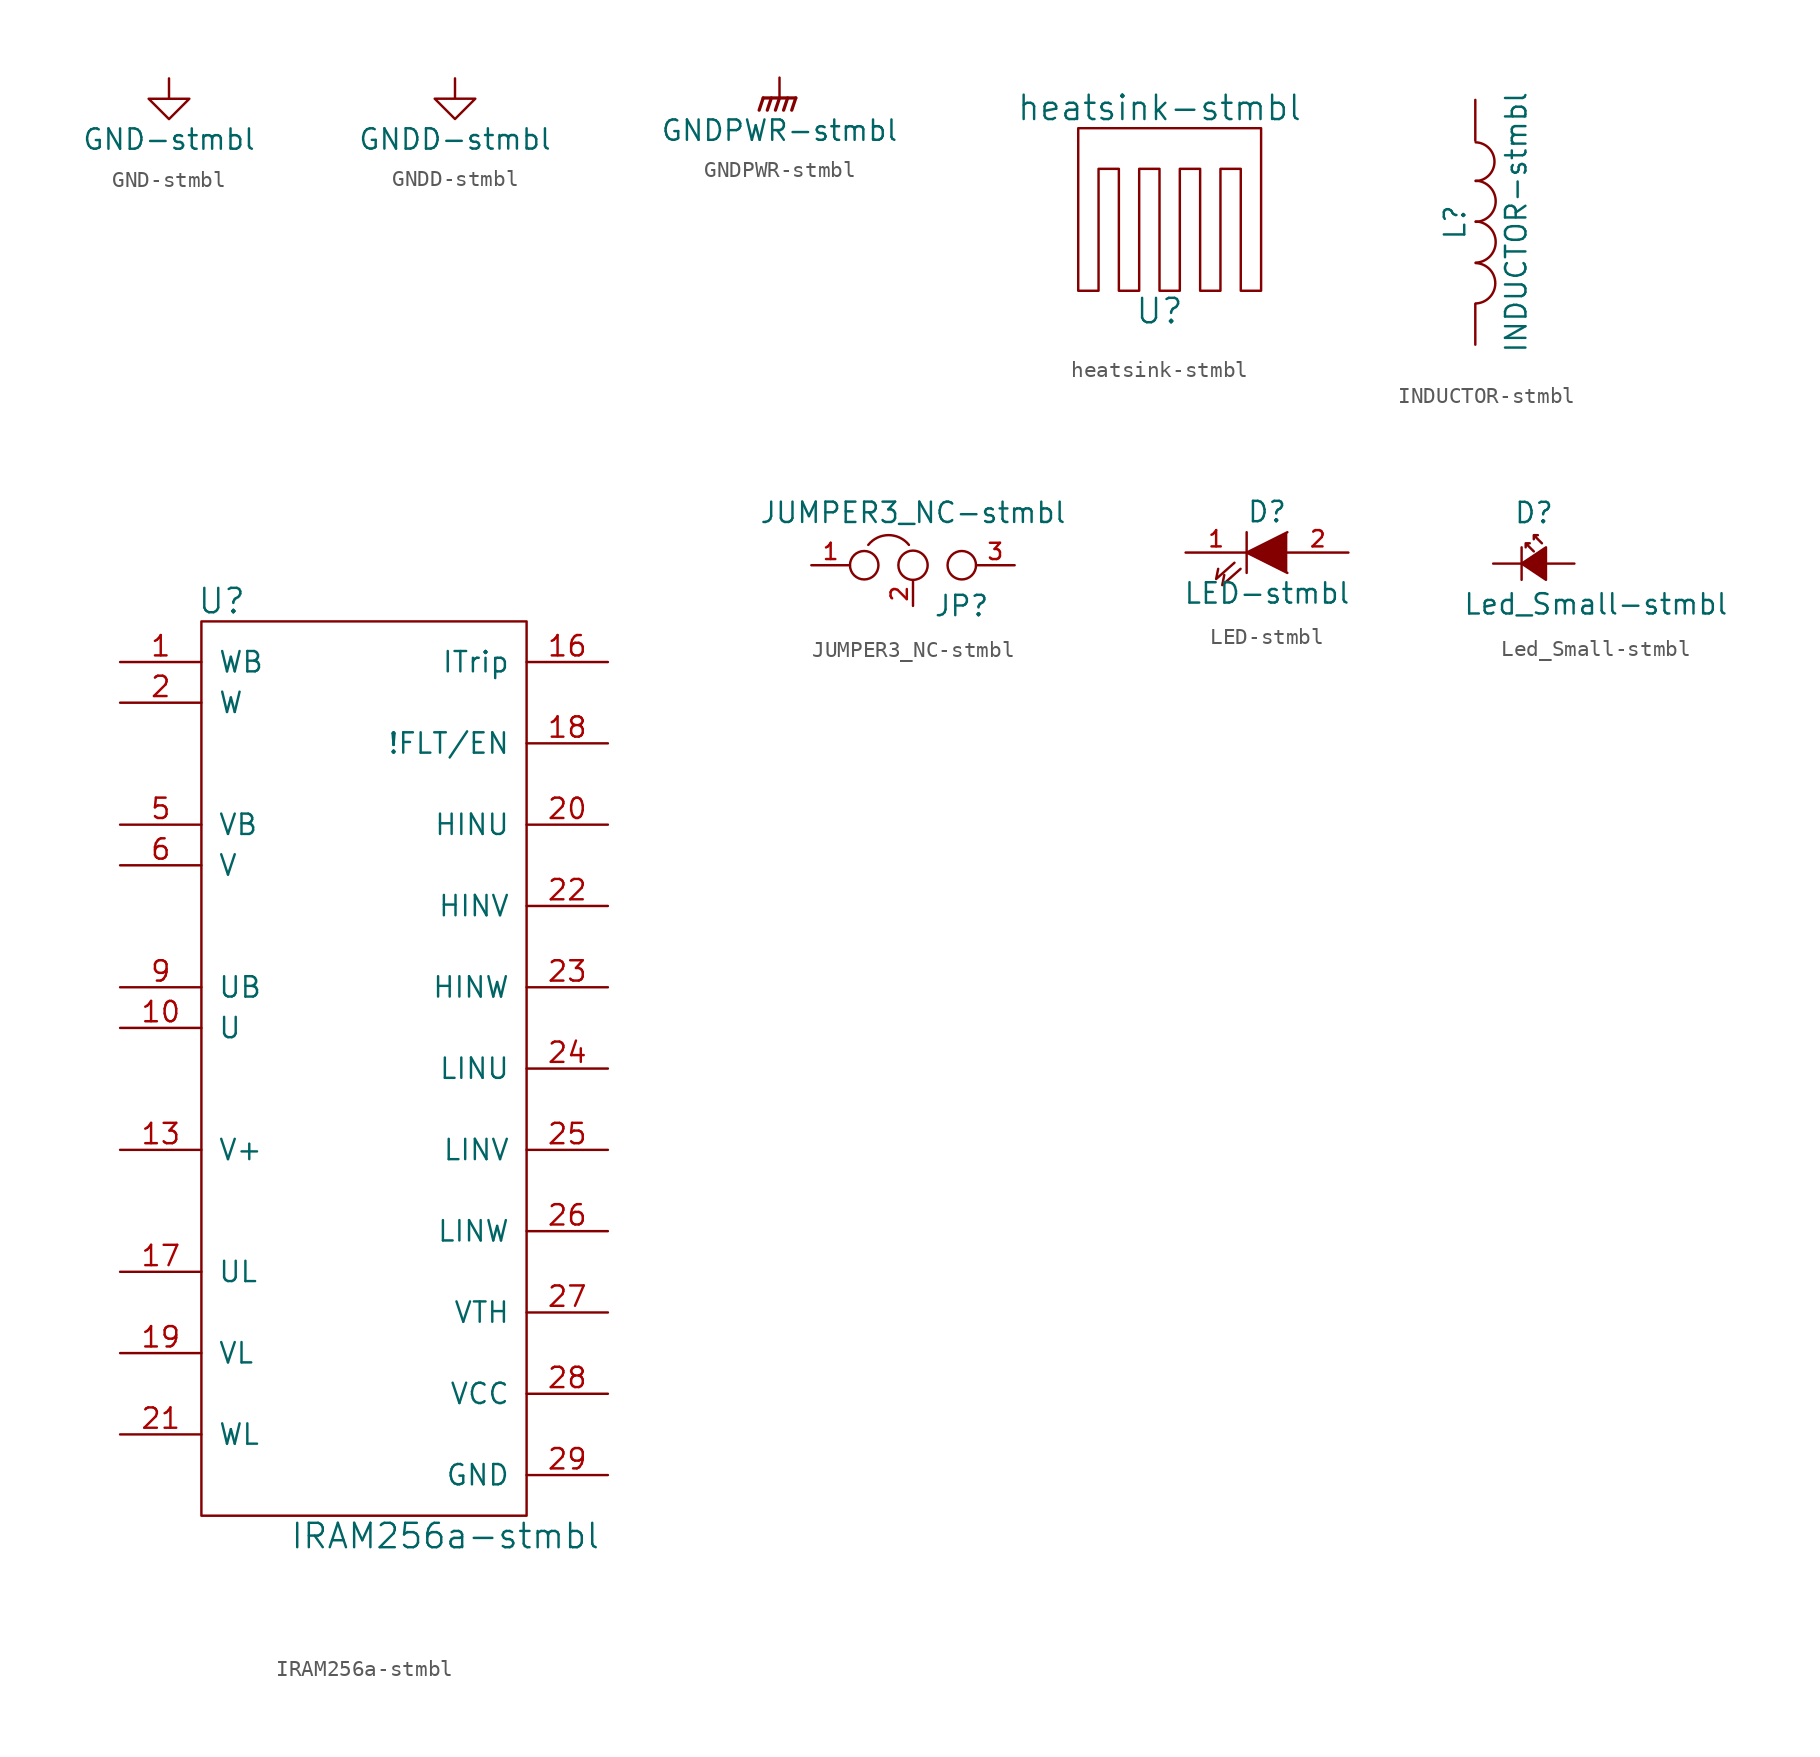
<source format=kicad_sym>
(kicad_symbol_lib
  (version 20211014)
  (generator kicad_symbol_editor)
  (symbol "GND-stmbl"
    (power)
    (pin_names
      (offset 0))
    (property "Reference" "#PWR"
      (at 0 -6.35 0)
      (effects (font (size 1.27 1.27)) hide))
    (property "Value" "GND-stmbl"
      (at 0 -3.81 0)
      (effects (font (size 1.27 1.27))))
    (property "Footprint" ""
      (at 0 0 0)
      (effects (font (size 1.27 1.27))))
    (property "Datasheet" ""
      (at 0 0 0)
      (effects (font (size 1.27 1.27))))
    (symbol "GND-stmbl_0_1"
      (polyline (pts (xy 0 0) (xy 0 -1.27) (xy 1.27 -1.27) (xy 0 -2.54) (xy -1.27 -1.27) (xy 0 -1.27)) (stroke (width 0) (type default) (color 0 0 0 0)) (fill (type none))))
    (symbol "GND-stmbl_1_1"
      (pin power_in line (at 0 0 270) (length 0) hide (name "GND" (effects (font (size 1.27 1.27)))) (number "1" (effects (font (size 1.27 1.27)))))))
  (symbol "GNDD-stmbl"
    (power)
    (pin_names
      (offset 0))
    (property "Reference" "#PWR"
      (at 0 -6.35 0)
      (effects (font (size 1.27 1.27)) hide))
    (property "Value" "GNDD-stmbl"
      (at 0 -3.81 0)
      (effects (font (size 1.27 1.27))))
    (property "Footprint" ""
      (at 0 0 0)
      (effects (font (size 1.27 1.27))))
    (property "Datasheet" ""
      (at 0 0 0)
      (effects (font (size 1.27 1.27))))
    (symbol "GNDD-stmbl_0_1"
      (polyline (pts (xy 0 0) (xy 0 -1.27) (xy 1.27 -1.27) (xy 0 -2.54) (xy -1.27 -1.27) (xy 0 -1.27)) (stroke (width 0) (type default) (color 0 0 0 0)) (fill (type none))))
    (symbol "GNDD-stmbl_1_1"
      (pin power_in line (at 0 0 270) (length 0) hide (name "GNDD" (effects (font (size 1.27 1.27)))) (number "1" (effects (font (size 1.27 1.27)))))))
  (symbol "GNDPWR-stmbl"
    (power)
    (pin_names
      (offset 0))
    (property "Reference" "#PWR"
      (at 0 -5.08 0)
      (effects (font (size 1.27 1.27)) hide))
    (property "Value" "GNDPWR-stmbl"
      (at 0 -3.302 0)
      (effects (font (size 1.27 1.27))))
    (property "Footprint" ""
      (at 0 -1.27 0)
      (effects (font (size 1.27 1.27))))
    (property "Datasheet" ""
      (at 0 -1.27 0)
      (effects (font (size 1.27 1.27))))
    (symbol "GNDPWR-stmbl_0_1"
      (polyline (pts (xy 0 -1.27) (xy 0 0)) (stroke (width 0) (type default) (color 0 0 0 0)) (fill (type none)))
      (polyline (pts (xy -1.016 -1.27) (xy -1.27 -2.032) (xy -1.27 -2.032)) (stroke (width 0.203) (type default) (color 0 0 0 0)) (fill (type none)))
      (polyline (pts (xy -0.508 -1.27) (xy -0.762 -2.032) (xy -0.762 -2.032)) (stroke (width 0.203) (type default) (color 0 0 0 0)) (fill (type none)))
      (polyline (pts (xy 0 -1.27) (xy -0.254 -2.032) (xy -0.254 -2.032)) (stroke (width 0.203) (type default) (color 0 0 0 0)) (fill (type none)))
      (polyline (pts (xy 0.508 -1.27) (xy 0.254 -2.032) (xy 0.254 -2.032)) (stroke (width 0.203) (type default) (color 0 0 0 0)) (fill (type none)))
      (polyline (pts (xy 1.016 -1.27) (xy -1.016 -1.27) (xy -1.016 -1.27)) (stroke (width 0.203) (type default) (color 0 0 0 0)) (fill (type none)))
      (polyline (pts (xy 1.016 -1.27) (xy 0.762 -2.032) (xy 0.762 -2.032) (xy 0.762 -2.032)) (stroke (width 0.203) (type default) (color 0 0 0 0)) (fill (type none))))
    (symbol "GNDPWR-stmbl_1_1"
      (pin power_in line (at 0 0 90) (length 0) hide (name "GNDPWR" (effects (font (size 1.27 1.27)))) (number "1" (effects (font (size 1.27 1.27)))))))
  (symbol "heatsink-stmbl"
    (pin_names
      (offset 1.016))
    (property "Reference" "U"
      (at 0 -7.62 0)
      (effects (font (size 1.524 1.524))))
    (property "Value" "heatsink-stmbl"
      (at 0 5.08 0)
      (effects (font (size 1.524 1.524))))
    (symbol "heatsink-stmbl_0_1"
      (polyline (pts (xy -5.08 3.81) (xy 6.35 3.81) (xy 6.35 -6.35) (xy 5.08 -6.35) (xy 5.08 1.27) (xy 3.81 1.27) (xy 3.81 -6.35) (xy 2.54 -6.35) (xy 2.54 1.27) (xy 1.27 1.27) (xy 1.27 -6.35) (xy 0 -6.35) (xy 0 1.27) (xy -1.27 1.27) (xy -1.27 -6.35) (xy -2.54 -6.35) (xy -2.54 1.27) (xy -3.81 1.27) (xy -3.81 -6.35) (xy -5.08 -6.35) (xy -5.08 3.81)) (stroke (width 0) (type default) (color 0 0 0 0)) (fill (type none)))))
  (symbol "INDUCTOR-stmbl"
    (pin_numbers hide)
    (pin_names
      (offset 1.016) hide)
    (property "Reference" "L"
      (at -1.27 0 90)
      (effects (font (size 1.27 1.27))))
    (property "Value" "INDUCTOR-stmbl"
      (at 2.54 0 90)
      (effects (font (size 1.27 1.27))))
    (property "Footprint" ""
      (at 0 0 0)
      (effects (font (size 1.27 1.27))))
    (property "Datasheet" ""
      (at 0 0 0)
      (effects (font (size 1.27 1.27))))
    (symbol "INDUCTOR-stmbl_0_1"
      (arc (start 0.0254 -5.0546) (mid 1.2449 -3.8097) (end 0.0254 -2.54) (stroke (width 0) (type default) (color 0 0 0 0)) (fill (type none)))
      (arc (start 0.0254 -2.5146) (mid 1.2703 -1.2444) (end 0.0254 0.0508) (stroke (width 0) (type default) (color 0 0 0 0)) (fill (type none)))
      (arc (start 0.0254 0.0254) (mid 1.2703 1.2956) (end 0.0254 2.5908) (stroke (width 0) (type default) (color 0 0 0 0)) (fill (type none)))
      (arc (start 0.0254 2.5654) (mid 1.1941 3.7595) (end 0.0254 4.9784) (stroke (width 0) (type default) (color 0 0 0 0)) (fill (type none))))
    (symbol "INDUCTOR-stmbl_1_1"
      (pin passive line (at 0 7.62 270) (length 2.54) (name "1" (effects (font (size 1.27 1.27)))) (number "1" (effects (font (size 1.27 1.27)))))
      (pin passive line (at 0 -7.62 90) (length 2.54) (name "2" (effects (font (size 1.27 1.27)))) (number "2" (effects (font (size 1.27 1.27)))))))
  (symbol "IRAM256a-stmbl"
    (pin_names
      (offset 1.016))
    (property "Reference" "U"
      (at -8.89 29.21 0)
      (effects (font (size 1.524 1.524))))
    (property "Value" "IRAM256a-stmbl"
      (at 5.08 -29.21 0)
      (effects (font (size 1.524 1.524))))
    (property "Footprint" ""
      (at 0 0 0)
      (effects (font (size 1.524 1.524))))
    (property "Datasheet" ""
      (at 0 0 0)
      (effects (font (size 1.524 1.524))))
    (symbol "IRAM256a-stmbl_0_1"
      (rectangle (start -10.16 27.94) (end 10.16 -27.94) (stroke (width 0) (type default) (color 0 0 0 0)) (fill (type none))))
    (symbol "IRAM256a-stmbl_1_1"
      (pin bidirectional line (at -15.24 25.4 0) (length 5.08) (name "WB" (effects (font (size 1.27 1.27)))) (number "1" (effects (font (size 1.27 1.27)))))
      (pin bidirectional line (at -15.24 2.54 0) (length 5.08) (name "U" (effects (font (size 1.27 1.27)))) (number "10" (effects (font (size 1.27 1.27)))))
      (pin bidirectional line (at -15.24 -5.08 0) (length 5.08) (name "V+" (effects (font (size 1.27 1.27)))) (number "13" (effects (font (size 1.27 1.27)))))
      (pin input line (at 15.24 25.4 180) (length 5.08) (name "ITrip" (effects (font (size 1.27 1.27)))) (number "16" (effects (font (size 1.27 1.27)))))
      (pin bidirectional line (at -15.24 -12.7 0) (length 5.08) (name "UL" (effects (font (size 1.27 1.27)))) (number "17" (effects (font (size 1.27 1.27)))))
      (pin input line (at 15.24 20.32 180) (length 5.08) (name "!FLT/EN" (effects (font (size 1.27 1.27)))) (number "18" (effects (font (size 1.27 1.27)))))
      (pin bidirectional line (at -15.24 -17.78 0) (length 5.08) (name "VL" (effects (font (size 1.27 1.27)))) (number "19" (effects (font (size 1.27 1.27)))))
      (pin bidirectional line (at -15.24 22.86 0) (length 5.08) (name "W" (effects (font (size 1.27 1.27)))) (number "2" (effects (font (size 1.27 1.27)))))
      (pin input line (at 15.24 15.24 180) (length 5.08) (name "HINU" (effects (font (size 1.27 1.27)))) (number "20" (effects (font (size 1.27 1.27)))))
      (pin bidirectional line (at -15.24 -22.86 0) (length 5.08) (name "WL" (effects (font (size 1.27 1.27)))) (number "21" (effects (font (size 1.27 1.27)))))
      (pin input line (at 15.24 10.16 180) (length 5.08) (name "HINV" (effects (font (size 1.27 1.27)))) (number "22" (effects (font (size 1.27 1.27)))))
      (pin input line (at 15.24 5.08 180) (length 5.08) (name "HINW" (effects (font (size 1.27 1.27)))) (number "23" (effects (font (size 1.27 1.27)))))
      (pin input line (at 15.24 0 180) (length 5.08) (name "LINU" (effects (font (size 1.27 1.27)))) (number "24" (effects (font (size 1.27 1.27)))))
      (pin input line (at 15.24 -5.08 180) (length 5.08) (name "LINV" (effects (font (size 1.27 1.27)))) (number "25" (effects (font (size 1.27 1.27)))))
      (pin input line (at 15.24 -10.16 180) (length 5.08) (name "LINW" (effects (font (size 1.27 1.27)))) (number "26" (effects (font (size 1.27 1.27)))))
      (pin output line (at 15.24 -15.24 180) (length 5.08) (name "VTH" (effects (font (size 1.27 1.27)))) (number "27" (effects (font (size 1.27 1.27)))))
      (pin power_in line (at 15.24 -20.32 180) (length 5.08) (name "VCC" (effects (font (size 1.27 1.27)))) (number "28" (effects (font (size 1.27 1.27)))))
      (pin power_in line (at 15.24 -25.4 180) (length 5.08) (name "GND" (effects (font (size 1.27 1.27)))) (number "29" (effects (font (size 1.27 1.27)))))
      (pin bidirectional line (at -15.24 15.24 0) (length 5.08) (name "VB" (effects (font (size 1.27 1.27)))) (number "5" (effects (font (size 1.27 1.27)))))
      (pin bidirectional line (at -15.24 12.7 0) (length 5.08) (name "V" (effects (font (size 1.27 1.27)))) (number "6" (effects (font (size 1.27 1.27)))))
      (pin bidirectional line (at -15.24 5.08 0) (length 5.08) (name "UB" (effects (font (size 1.27 1.27)))) (number "9" (effects (font (size 1.27 1.27)))))))
  (symbol "JUMPER3_NC-stmbl"
    (pin_names
      (offset 0.762) hide)
    (property "Reference" "JP"
      (at 1.27 -2.54 0)
      (effects (font (size 1.27 1.27)) (justify left)))
    (property "Value" "JUMPER3_NC-stmbl"
      (at 0 2.54 0)
      (effects (font (size 1.27 1.27)) (justify bottom)))
    (property "Footprint" ""
      (at 0 0 0)
      (effects (font (size 1.27 1.27))))
    (property "Datasheet" ""
      (at 0 0 0)
      (effects (font (size 1.27 1.27))))
    (symbol "JUMPER3_NC-stmbl_0_1"
      (circle (center -3.048 0) (radius 0.889) (stroke (width 0) (type default) (color 0 0 0 0)) (fill (type none)))
      (arc (start -0.254 1.27) (mid -1.524 1.8804) (end -2.794 1.27) (stroke (width 0) (type default) (color 0 0 0 0)) (fill (type none)))
      (circle (center 0 0) (radius 0.914) (stroke (width 0) (type default) (color 0 0 0 0)) (fill (type none)))
      (circle (center 3.048 0) (radius 0.889) (stroke (width 0) (type default) (color 0 0 0 0)) (fill (type none)))
      (pin passive line (at -6.35 0 0) (length 2.413) (name "1" (effects (font (size 1.016 1.016)))) (number "1" (effects (font (size 1.016 1.016)))))
      (pin passive line (at 0 -2.54 90) (length 1.524) (name "2" (effects (font (size 1.016 1.016)))) (number "2" (effects (font (size 1.016 1.016)))))
      (pin passive line (at 6.35 0 180) (length 2.413) (name "3" (effects (font (size 1.016 1.016)))) (number "3" (effects (font (size 1.016 1.016)))))))
  (symbol "LED-stmbl"
    (pin_names
      (offset 1.016) hide)
    (property "Reference" "D"
      (at 0 2.54 0)
      (effects (font (size 1.27 1.27))))
    (property "Value" "LED-stmbl"
      (at 0 -2.54 0)
      (effects (font (size 1.27 1.27))))
    (property "Footprint" ""
      (at 0 0 0)
      (effects (font (size 1.27 1.27))))
    (property "Datasheet" ""
      (at 0 0 0)
      (effects (font (size 1.27 1.27))))
    (symbol "LED-stmbl_0_1"
      (polyline (pts (xy -1.27 1.27) (xy -1.27 -1.27)) (stroke (width 0) (type default) (color 0 0 0 0)) (fill (type none)))
      (polyline (pts (xy -2.032 -0.635) (xy -3.175 -1.651) (xy -3.048 -1.016)) (stroke (width 0) (type default) (color 0 0 0 0)) (fill (type none)))
      (polyline (pts (xy -1.651 -1.016) (xy -2.794 -2.032) (xy -2.667 -1.397)) (stroke (width 0) (type default) (color 0 0 0 0)) (fill (type none)))
      (polyline (pts (xy 1.27 1.27) (xy -1.27 0) (xy 1.27 -1.27)) (stroke (width 0) (type default) (color 0 0 0 0)) (fill (type outline))))
    (symbol "LED-stmbl_1_1"
      (pin passive line (at -5.08 0 0) (length 3.81) (name "K" (effects (font (size 1.016 1.016)))) (number "1" (effects (font (size 1.016 1.016)))))
      (pin passive line (at 5.08 0 180) (length 3.81) (name "A" (effects (font (size 1.016 1.016)))) (number "2" (effects (font (size 1.016 1.016)))))))
  (symbol "Led_Small-stmbl"
    (pin_numbers hide)
    (pin_names
      (offset 0.254) hide)
    (property "Reference" "D"
      (at -1.27 3.175 0)
      (effects (font (size 1.27 1.27)) (justify left)))
    (property "Value" "Led_Small-stmbl"
      (at -4.445 -2.54 0)
      (effects (font (size 1.27 1.27)) (justify left)))
    (property "Footprint" ""
      (at 0 0 90)
      (effects (font (size 1.27 1.27))))
    (property "Datasheet" ""
      (at 0 0 90)
      (effects (font (size 1.27 1.27))))
    (symbol "Led_Small-stmbl_0_1"
      (polyline (pts (xy -0.762 -1.016) (xy -0.762 1.016)) (stroke (width 0) (type default) (color 0 0 0 0)) (fill (type none)))
      (polyline (pts (xy 0.762 -1.016) (xy -0.762 0) (xy 0.762 1.016) (xy 0.762 -1.016)) (stroke (width 0) (type default) (color 0 0 0 0)) (fill (type outline)))
      (polyline (pts (xy 0 0.762) (xy -0.508 1.27) (xy -0.254 1.27) (xy -0.508 1.27) (xy -0.508 1.016)) (stroke (width 0) (type default) (color 0 0 0 0)) (fill (type none)))
      (polyline (pts (xy 0.508 1.27) (xy 0 1.778) (xy 0.254 1.778) (xy 0 1.778) (xy 0 1.524)) (stroke (width 0) (type default) (color 0 0 0 0)) (fill (type none))))
    (symbol "Led_Small-stmbl_1_1"
      (pin passive line (at -2.54 0 0) (length 1.778) (name "K" (effects (font (size 1.016 1.016)))) (number "1" (effects (font (size 1.016 1.016)))))
      (pin passive line (at 2.54 0 180) (length 1.778) (name "A" (effects (font (size 1.016 1.016)))) (number "2" (effects (font (size 1.016 1.016))))))))
</source>
